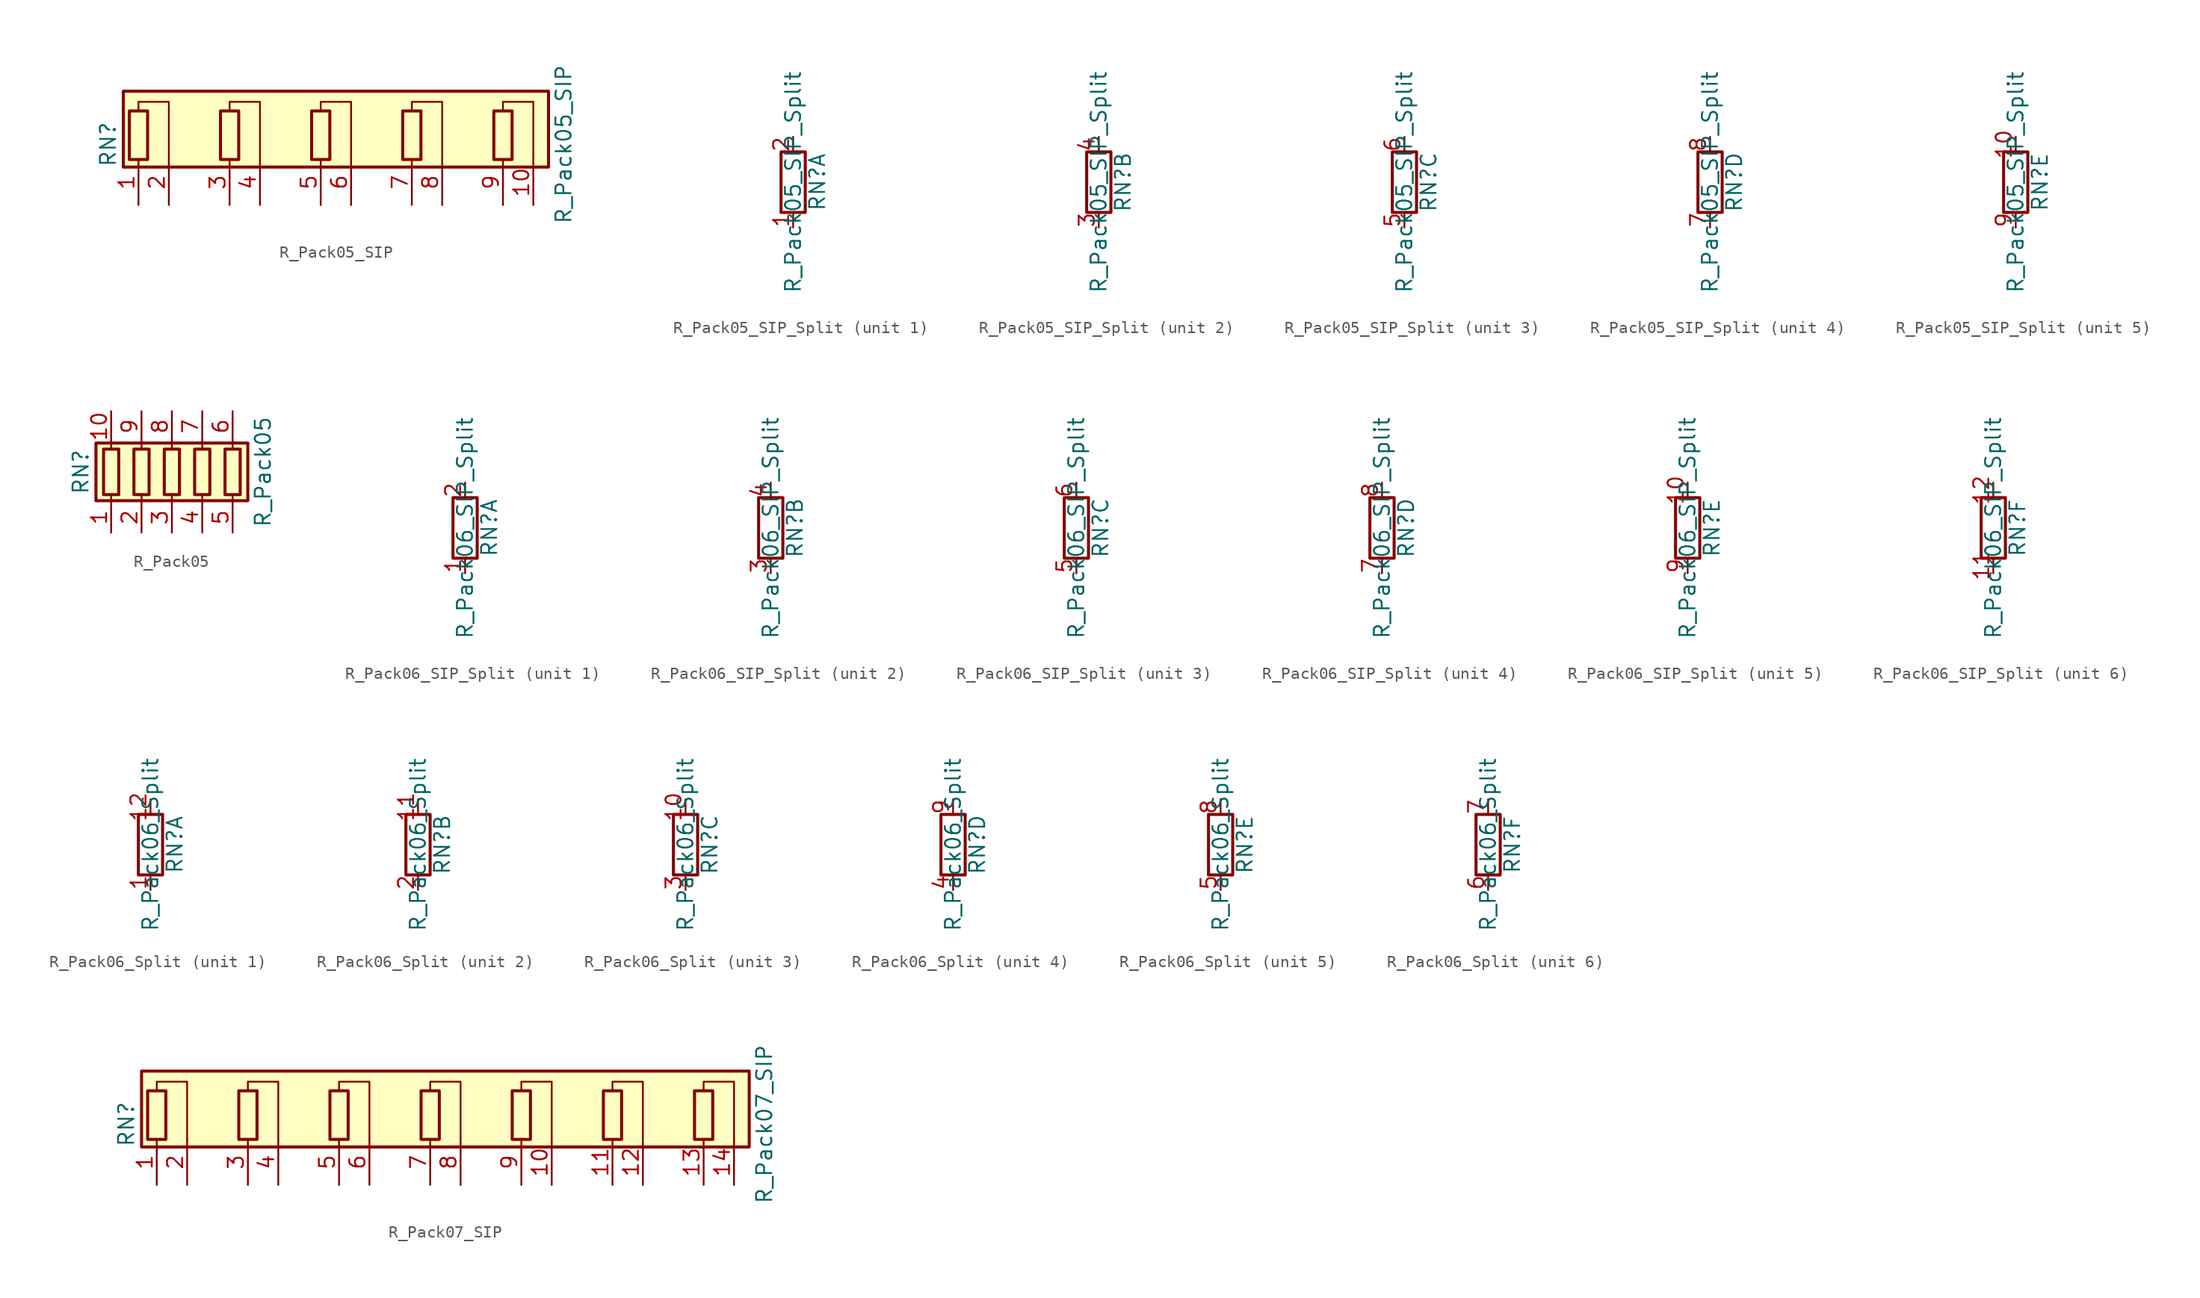
<source format=kicad_sym>
(kicad_symbol_lib
  (version 20211014)
  (generator kicad_symbol_editor)
  (symbol "R_Pack05_SIP"
    (pin_names
      (offset 0) hide)
    (property "Reference" "RN"
      (at -17.78 0 90)
      (effects (font (size 1.27 1.27))))
    (property "Value" "R_Pack05_SIP"
      (at 20.32 0 90)
      (effects (font (size 1.27 1.27))))
    (symbol "R_Pack05_SIP_0_1"
      (rectangle (start -16.51 -1.905) (end 19.05 4.445) (stroke (width 0.254) (type default) (color 0 0 0 0)) (fill (type background)))
      (rectangle (start -16.002 2.794) (end -14.478 -1.27) (stroke (width 0.254) (type default) (color 0 0 0 0)) (fill (type none)))
      (rectangle (start -8.382 2.794) (end -6.858 -1.27) (stroke (width 0.254) (type default) (color 0 0 0 0)) (fill (type none)))
      (rectangle (start -0.762 2.794) (end 0.762 -1.27) (stroke (width 0.254) (type default) (color 0 0 0 0)) (fill (type none)))
      (polyline (pts (xy -15.24 2.794) (xy -15.24 3.556) (xy -12.7 3.556) (xy -12.7 -1.27)) (stroke (width 0) (type default) (color 0 0 0 0)) (fill (type none)))
      (polyline (pts (xy -7.62 2.794) (xy -7.62 3.556) (xy -5.08 3.556) (xy -5.08 -1.27)) (stroke (width 0) (type default) (color 0 0 0 0)) (fill (type none)))
      (polyline (pts (xy 0 2.794) (xy 0 3.556) (xy 2.54 3.556) (xy 2.54 -1.27)) (stroke (width 0) (type default) (color 0 0 0 0)) (fill (type none)))
      (polyline (pts (xy 7.62 2.794) (xy 7.62 3.556) (xy 10.16 3.556) (xy 10.16 -1.27)) (stroke (width 0) (type default) (color 0 0 0 0)) (fill (type none)))
      (polyline (pts (xy 15.24 2.794) (xy 15.24 3.556) (xy 17.78 3.556) (xy 17.78 -1.27)) (stroke (width 0) (type default) (color 0 0 0 0)) (fill (type none)))
      (rectangle (start 6.858 2.794) (end 8.382 -1.27) (stroke (width 0.254) (type default) (color 0 0 0 0)) (fill (type none)))
      (rectangle (start 14.478 2.794) (end 16.002 -1.27) (stroke (width 0.254) (type default) (color 0 0 0 0)) (fill (type none))))
    (symbol "R_Pack05_SIP_1_1"
      (pin passive line (at -15.24 -5.08 90) (length 3.81) (name "R1.1" (effects (font (size 1.27 1.27)))) (number "1" (effects (font (size 1.27 1.27)))))
      (pin passive line (at 17.78 -5.08 90) (length 3.81) (name "R5.2" (effects (font (size 1.27 1.27)))) (number "10" (effects (font (size 1.27 1.27)))))
      (pin passive line (at -12.7 -5.08 90) (length 3.81) (name "R1.2" (effects (font (size 1.27 1.27)))) (number "2" (effects (font (size 1.27 1.27)))))
      (pin passive line (at -7.62 -5.08 90) (length 3.81) (name "R2.1" (effects (font (size 1.27 1.27)))) (number "3" (effects (font (size 1.27 1.27)))))
      (pin passive line (at -5.08 -5.08 90) (length 3.81) (name "R2.2" (effects (font (size 1.27 1.27)))) (number "4" (effects (font (size 1.27 1.27)))))
      (pin passive line (at 0 -5.08 90) (length 3.81) (name "R3.1" (effects (font (size 1.27 1.27)))) (number "5" (effects (font (size 1.27 1.27)))))
      (pin passive line (at 2.54 -5.08 90) (length 3.81) (name "R3.2" (effects (font (size 1.27 1.27)))) (number "6" (effects (font (size 1.27 1.27)))))
      (pin passive line (at 7.62 -5.08 90) (length 3.81) (name "R4.1" (effects (font (size 1.27 1.27)))) (number "7" (effects (font (size 1.27 1.27)))))
      (pin passive line (at 10.16 -5.08 90) (length 3.81) (name "R4.2" (effects (font (size 1.27 1.27)))) (number "8" (effects (font (size 1.27 1.27)))))
      (pin passive line (at 15.24 -5.08 90) (length 3.81) (name "R5.1" (effects (font (size 1.27 1.27)))) (number "9" (effects (font (size 1.27 1.27)))))))
  (symbol "R_Pack05_SIP_Split"
    (pin_names
      (offset 0) hide)
    (property "Reference" "RN"
      (at 2.032 0 90)
      (effects (font (size 1.27 1.27))))
    (property "Value" "R_Pack05_SIP_Split"
      (at 0 0 90)
      (effects (font (size 1.27 1.27))))
    (symbol "R_Pack05_SIP_Split_0_1"
      (rectangle (start 1.016 2.54) (end -1.016 -2.54) (stroke (width 0.254) (type default) (color 0 0 0 0)) (fill (type none))))
    (symbol "R_Pack05_SIP_Split_1_1"
      (pin passive line (at 0 -3.81 90) (length 1.27) (name "R1.1" (effects (font (size 1.27 1.27)))) (number "1" (effects (font (size 1.27 1.27)))))
      (pin passive line (at 0 3.81 270) (length 1.27) (name "R1.2" (effects (font (size 1.27 1.27)))) (number "2" (effects (font (size 1.27 1.27))))))
    (symbol "R_Pack05_SIP_Split_2_1"
      (pin passive line (at 0 -3.81 90) (length 1.27) (name "R2.1" (effects (font (size 1.27 1.27)))) (number "3" (effects (font (size 1.27 1.27)))))
      (pin passive line (at 0 3.81 270) (length 1.27) (name "R2.2" (effects (font (size 1.27 1.27)))) (number "4" (effects (font (size 1.27 1.27))))))
    (symbol "R_Pack05_SIP_Split_3_1"
      (pin passive line (at 0 -3.81 90) (length 1.27) (name "R3.1" (effects (font (size 1.27 1.27)))) (number "5" (effects (font (size 1.27 1.27)))))
      (pin passive line (at 0 3.81 270) (length 1.27) (name "R3.2" (effects (font (size 1.27 1.27)))) (number "6" (effects (font (size 1.27 1.27))))))
    (symbol "R_Pack05_SIP_Split_4_1"
      (pin passive line (at 0 -3.81 90) (length 1.27) (name "R4.1" (effects (font (size 1.27 1.27)))) (number "7" (effects (font (size 1.27 1.27)))))
      (pin passive line (at 0 3.81 270) (length 1.27) (name "R4.2" (effects (font (size 1.27 1.27)))) (number "8" (effects (font (size 1.27 1.27))))))
    (symbol "R_Pack05_SIP_Split_5_1"
      (pin passive line (at 0 3.81 270) (length 1.27) (name "R5.2" (effects (font (size 1.27 1.27)))) (number "10" (effects (font (size 1.27 1.27)))))
      (pin passive line (at 0 -3.81 90) (length 1.27) (name "R5.1" (effects (font (size 1.27 1.27)))) (number "9" (effects (font (size 1.27 1.27)))))))
  (symbol "R_Pack05"
    (pin_names
      (offset 0) hide)
    (property "Reference" "RN"
      (at -7.62 0 90)
      (effects (font (size 1.27 1.27))))
    (property "Value" "R_Pack05"
      (at 7.62 0 90)
      (effects (font (size 1.27 1.27))))
    (symbol "R_Pack05_0_1"
      (rectangle (start -6.35 -2.413) (end 6.35 2.413) (stroke (width 0.254) (type default) (color 0 0 0 0)) (fill (type background)))
      (rectangle (start -5.715 1.905) (end -4.445 -1.905) (stroke (width 0.254) (type default) (color 0 0 0 0)) (fill (type none)))
      (rectangle (start -3.175 1.905) (end -1.905 -1.905) (stroke (width 0.254) (type default) (color 0 0 0 0)) (fill (type none)))
      (rectangle (start -0.635 1.905) (end 0.635 -1.905) (stroke (width 0.254) (type default) (color 0 0 0 0)) (fill (type none)))
      (polyline (pts (xy -5.08 -2.54) (xy -5.08 -1.905)) (stroke (width 0) (type default) (color 0 0 0 0)) (fill (type none)))
      (polyline (pts (xy -5.08 1.905) (xy -5.08 2.54)) (stroke (width 0) (type default) (color 0 0 0 0)) (fill (type none)))
      (polyline (pts (xy -2.54 -2.54) (xy -2.54 -1.905)) (stroke (width 0) (type default) (color 0 0 0 0)) (fill (type none)))
      (polyline (pts (xy -2.54 1.905) (xy -2.54 2.54)) (stroke (width 0) (type default) (color 0 0 0 0)) (fill (type none)))
      (polyline (pts (xy 0 -2.54) (xy 0 -1.905)) (stroke (width 0) (type default) (color 0 0 0 0)) (fill (type none)))
      (polyline (pts (xy 0 1.905) (xy 0 2.54)) (stroke (width 0) (type default) (color 0 0 0 0)) (fill (type none)))
      (polyline (pts (xy 2.54 -2.54) (xy 2.54 -1.905)) (stroke (width 0) (type default) (color 0 0 0 0)) (fill (type none)))
      (polyline (pts (xy 2.54 1.905) (xy 2.54 2.54)) (stroke (width 0) (type default) (color 0 0 0 0)) (fill (type none)))
      (polyline (pts (xy 5.08 -2.54) (xy 5.08 -1.905)) (stroke (width 0) (type default) (color 0 0 0 0)) (fill (type none)))
      (polyline (pts (xy 5.08 1.905) (xy 5.08 2.54)) (stroke (width 0) (type default) (color 0 0 0 0)) (fill (type none)))
      (rectangle (start 1.905 1.905) (end 3.175 -1.905) (stroke (width 0.254) (type default) (color 0 0 0 0)) (fill (type none)))
      (rectangle (start 4.445 1.905) (end 5.715 -1.905) (stroke (width 0.254) (type default) (color 0 0 0 0)) (fill (type none))))
    (symbol "R_Pack05_1_1"
      (pin passive line (at -5.08 -5.08 90) (length 2.54) (name "R1.1" (effects (font (size 1.27 1.27)))) (number "1" (effects (font (size 1.27 1.27)))))
      (pin passive line (at -5.08 5.08 270) (length 2.54) (name "R1.2" (effects (font (size 1.27 1.27)))) (number "10" (effects (font (size 1.27 1.27)))))
      (pin passive line (at -2.54 -5.08 90) (length 2.54) (name "R2.1" (effects (font (size 1.27 1.27)))) (number "2" (effects (font (size 1.27 1.27)))))
      (pin passive line (at 0 -5.08 90) (length 2.54) (name "R3.1" (effects (font (size 1.27 1.27)))) (number "3" (effects (font (size 1.27 1.27)))))
      (pin passive line (at 2.54 -5.08 90) (length 2.54) (name "R4.1" (effects (font (size 1.27 1.27)))) (number "4" (effects (font (size 1.27 1.27)))))
      (pin passive line (at 5.08 -5.08 90) (length 2.54) (name "R5.1" (effects (font (size 1.27 1.27)))) (number "5" (effects (font (size 1.27 1.27)))))
      (pin passive line (at 5.08 5.08 270) (length 2.54) (name "R5.2" (effects (font (size 1.27 1.27)))) (number "6" (effects (font (size 1.27 1.27)))))
      (pin passive line (at 2.54 5.08 270) (length 2.54) (name "R4.2" (effects (font (size 1.27 1.27)))) (number "7" (effects (font (size 1.27 1.27)))))
      (pin passive line (at 0 5.08 270) (length 2.54) (name "R3.2" (effects (font (size 1.27 1.27)))) (number "8" (effects (font (size 1.27 1.27)))))
      (pin passive line (at -2.54 5.08 270) (length 2.54) (name "R2.2" (effects (font (size 1.27 1.27)))) (number "9" (effects (font (size 1.27 1.27)))))))
  (symbol "R_Pack06_SIP_Split"
    (pin_names
      (offset 0) hide)
    (property "Reference" "RN"
      (at 2.032 0 90)
      (effects (font (size 1.27 1.27))))
    (property "Value" "R_Pack06_SIP_Split"
      (at 0 0 90)
      (effects (font (size 1.27 1.27))))
    (symbol "R_Pack06_SIP_Split_0_1"
      (rectangle (start 1.016 2.54) (end -1.016 -2.54) (stroke (width 0.254) (type default) (color 0 0 0 0)) (fill (type none))))
    (symbol "R_Pack06_SIP_Split_1_1"
      (pin passive line (at 0 -3.81 90) (length 1.27) (name "R1.1" (effects (font (size 1.27 1.27)))) (number "1" (effects (font (size 1.27 1.27)))))
      (pin passive line (at 0 3.81 270) (length 1.27) (name "R1.2" (effects (font (size 1.27 1.27)))) (number "2" (effects (font (size 1.27 1.27))))))
    (symbol "R_Pack06_SIP_Split_2_1"
      (pin passive line (at 0 -3.81 90) (length 1.27) (name "R2.1" (effects (font (size 1.27 1.27)))) (number "3" (effects (font (size 1.27 1.27)))))
      (pin passive line (at 0 3.81 270) (length 1.27) (name "R2.2" (effects (font (size 1.27 1.27)))) (number "4" (effects (font (size 1.27 1.27))))))
    (symbol "R_Pack06_SIP_Split_3_1"
      (pin passive line (at 0 -3.81 90) (length 1.27) (name "R3.1" (effects (font (size 1.27 1.27)))) (number "5" (effects (font (size 1.27 1.27)))))
      (pin passive line (at 0 3.81 270) (length 1.27) (name "R3.2" (effects (font (size 1.27 1.27)))) (number "6" (effects (font (size 1.27 1.27))))))
    (symbol "R_Pack06_SIP_Split_4_1"
      (pin passive line (at 0 -3.81 90) (length 1.27) (name "R4.1" (effects (font (size 1.27 1.27)))) (number "7" (effects (font (size 1.27 1.27)))))
      (pin passive line (at 0 3.81 270) (length 1.27) (name "R4.2" (effects (font (size 1.27 1.27)))) (number "8" (effects (font (size 1.27 1.27))))))
    (symbol "R_Pack06_SIP_Split_5_1"
      (pin passive line (at 0 3.81 270) (length 1.27) (name "R5.2" (effects (font (size 1.27 1.27)))) (number "10" (effects (font (size 1.27 1.27)))))
      (pin passive line (at 0 -3.81 90) (length 1.27) (name "R5.1" (effects (font (size 1.27 1.27)))) (number "9" (effects (font (size 1.27 1.27))))))
    (symbol "R_Pack06_SIP_Split_6_1"
      (pin passive line (at 0 -3.81 90) (length 1.27) (name "R6.1" (effects (font (size 1.27 1.27)))) (number "11" (effects (font (size 1.27 1.27)))))
      (pin passive line (at 0 3.81 270) (length 1.27) (name "R6.2" (effects (font (size 1.27 1.27)))) (number "12" (effects (font (size 1.27 1.27)))))))
  (symbol "R_Pack06_Split"
    (pin_names
      (offset 0) hide)
    (property "Reference" "RN"
      (at 2.032 0 90)
      (effects (font (size 1.27 1.27))))
    (property "Value" "R_Pack06_Split"
      (at 0 0 90)
      (effects (font (size 1.27 1.27))))
    (symbol "R_Pack06_Split_0_1"
      (rectangle (start 1.016 2.54) (end -1.016 -2.54) (stroke (width 0.254) (type default) (color 0 0 0 0)) (fill (type none))))
    (symbol "R_Pack06_Split_1_1"
      (pin passive line (at 0 -3.81 90) (length 1.27) (name "R1.1" (effects (font (size 1.27 1.27)))) (number "1" (effects (font (size 1.27 1.27)))))
      (pin passive line (at 0 3.81 270) (length 1.27) (name "R1.2" (effects (font (size 1.27 1.27)))) (number "12" (effects (font (size 1.27 1.27))))))
    (symbol "R_Pack06_Split_2_1"
      (pin passive line (at 0 3.81 270) (length 1.27) (name "R2.2" (effects (font (size 1.27 1.27)))) (number "11" (effects (font (size 1.27 1.27)))))
      (pin passive line (at 0 -3.81 90) (length 1.27) (name "R2.1" (effects (font (size 1.27 1.27)))) (number "2" (effects (font (size 1.27 1.27))))))
    (symbol "R_Pack06_Split_3_1"
      (pin passive line (at 0 3.81 270) (length 1.27) (name "R3.2" (effects (font (size 1.27 1.27)))) (number "10" (effects (font (size 1.27 1.27)))))
      (pin passive line (at 0 -3.81 90) (length 1.27) (name "R3.1" (effects (font (size 1.27 1.27)))) (number "3" (effects (font (size 1.27 1.27))))))
    (symbol "R_Pack06_Split_4_1"
      (pin passive line (at 0 -3.81 90) (length 1.27) (name "R4.1" (effects (font (size 1.27 1.27)))) (number "4" (effects (font (size 1.27 1.27)))))
      (pin passive line (at 0 3.81 270) (length 1.27) (name "R4.2" (effects (font (size 1.27 1.27)))) (number "9" (effects (font (size 1.27 1.27))))))
    (symbol "R_Pack06_Split_5_1"
      (pin passive line (at 0 -3.81 90) (length 1.27) (name "R5.1" (effects (font (size 1.27 1.27)))) (number "5" (effects (font (size 1.27 1.27)))))
      (pin passive line (at 0 3.81 270) (length 1.27) (name "R5.2" (effects (font (size 1.27 1.27)))) (number "8" (effects (font (size 1.27 1.27))))))
    (symbol "R_Pack06_Split_6_1"
      (pin passive line (at 0 -3.81 90) (length 1.27) (name "R6.1" (effects (font (size 1.27 1.27)))) (number "6" (effects (font (size 1.27 1.27)))))
      (pin passive line (at 0 3.81 270) (length 1.27) (name "R6.2" (effects (font (size 1.27 1.27)))) (number "7" (effects (font (size 1.27 1.27)))))))
  (symbol "R_Pack07_SIP"
    (pin_names
      (offset 0) hide)
    (property "Reference" "RN"
      (at -25.4 0 90)
      (effects (font (size 1.27 1.27))))
    (property "Value" "R_Pack07_SIP"
      (at 27.94 0 90)
      (effects (font (size 1.27 1.27))))
    (symbol "R_Pack07_SIP_0_1"
      (rectangle (start -24.13 -1.905) (end 26.67 4.445) (stroke (width 0.254) (type default) (color 0 0 0 0)) (fill (type background)))
      (rectangle (start -23.622 2.794) (end -22.098 -1.27) (stroke (width 0.254) (type default) (color 0 0 0 0)) (fill (type none)))
      (rectangle (start -16.002 2.794) (end -14.478 -1.27) (stroke (width 0.254) (type default) (color 0 0 0 0)) (fill (type none)))
      (rectangle (start -8.382 2.794) (end -6.858 -1.27) (stroke (width 0.254) (type default) (color 0 0 0 0)) (fill (type none)))
      (rectangle (start -0.762 2.794) (end 0.762 -1.27) (stroke (width 0.254) (type default) (color 0 0 0 0)) (fill (type none)))
      (polyline (pts (xy -22.86 2.794) (xy -22.86 3.556) (xy -20.32 3.556) (xy -20.32 -1.27)) (stroke (width 0) (type default) (color 0 0 0 0)) (fill (type none)))
      (polyline (pts (xy -15.24 2.794) (xy -15.24 3.556) (xy -12.7 3.556) (xy -12.7 -1.27)) (stroke (width 0) (type default) (color 0 0 0 0)) (fill (type none)))
      (polyline (pts (xy -7.62 2.794) (xy -7.62 3.556) (xy -5.08 3.556) (xy -5.08 -1.27)) (stroke (width 0) (type default) (color 0 0 0 0)) (fill (type none)))
      (polyline (pts (xy 0 2.794) (xy 0 3.556) (xy 2.54 3.556) (xy 2.54 -1.27)) (stroke (width 0) (type default) (color 0 0 0 0)) (fill (type none)))
      (polyline (pts (xy 7.62 2.794) (xy 7.62 3.556) (xy 10.16 3.556) (xy 10.16 -1.27)) (stroke (width 0) (type default) (color 0 0 0 0)) (fill (type none)))
      (polyline (pts (xy 15.24 2.794) (xy 15.24 3.556) (xy 17.78 3.556) (xy 17.78 -1.27)) (stroke (width 0) (type default) (color 0 0 0 0)) (fill (type none)))
      (polyline (pts (xy 22.86 2.794) (xy 22.86 3.556) (xy 25.4 3.556) (xy 25.4 -1.27)) (stroke (width 0) (type default) (color 0 0 0 0)) (fill (type none)))
      (rectangle (start 6.858 2.794) (end 8.382 -1.27) (stroke (width 0.254) (type default) (color 0 0 0 0)) (fill (type none)))
      (rectangle (start 14.478 2.794) (end 16.002 -1.27) (stroke (width 0.254) (type default) (color 0 0 0 0)) (fill (type none)))
      (rectangle (start 22.098 2.794) (end 23.622 -1.27) (stroke (width 0.254) (type default) (color 0 0 0 0)) (fill (type none))))
    (symbol "R_Pack07_SIP_1_1"
      (pin passive line (at -22.86 -5.08 90) (length 3.81) (name "R1.1" (effects (font (size 1.27 1.27)))) (number "1" (effects (font (size 1.27 1.27)))))
      (pin passive line (at 10.16 -5.08 90) (length 3.81) (name "R5.2" (effects (font (size 1.27 1.27)))) (number "10" (effects (font (size 1.27 1.27)))))
      (pin passive line (at 15.24 -5.08 90) (length 3.81) (name "R6.1" (effects (font (size 1.27 1.27)))) (number "11" (effects (font (size 1.27 1.27)))))
      (pin passive line (at 17.78 -5.08 90) (length 3.81) (name "R6.2" (effects (font (size 1.27 1.27)))) (number "12" (effects (font (size 1.27 1.27)))))
      (pin passive line (at 22.86 -5.08 90) (length 3.81) (name "R7.1" (effects (font (size 1.27 1.27)))) (number "13" (effects (font (size 1.27 1.27)))))
      (pin passive line (at 25.4 -5.08 90) (length 3.81) (name "R7.2" (effects (font (size 1.27 1.27)))) (number "14" (effects (font (size 1.27 1.27)))))
      (pin passive line (at -20.32 -5.08 90) (length 3.81) (name "R1.2" (effects (font (size 1.27 1.27)))) (number "2" (effects (font (size 1.27 1.27)))))
      (pin passive line (at -15.24 -5.08 90) (length 3.81) (name "R2.1" (effects (font (size 1.27 1.27)))) (number "3" (effects (font (size 1.27 1.27)))))
      (pin passive line (at -12.7 -5.08 90) (length 3.81) (name "R2.2" (effects (font (size 1.27 1.27)))) (number "4" (effects (font (size 1.27 1.27)))))
      (pin passive line (at -7.62 -5.08 90) (length 3.81) (name "R3.1" (effects (font (size 1.27 1.27)))) (number "5" (effects (font (size 1.27 1.27)))))
      (pin passive line (at -5.08 -5.08 90) (length 3.81) (name "R3.2" (effects (font (size 1.27 1.27)))) (number "6" (effects (font (size 1.27 1.27)))))
      (pin passive line (at 0 -5.08 90) (length 3.81) (name "R4.1" (effects (font (size 1.27 1.27)))) (number "7" (effects (font (size 1.27 1.27)))))
      (pin passive line (at 2.54 -5.08 90) (length 3.81) (name "R4.2" (effects (font (size 1.27 1.27)))) (number "8" (effects (font (size 1.27 1.27)))))
      (pin passive line (at 7.62 -5.08 90) (length 3.81) (name "R5.1" (effects (font (size 1.27 1.27)))) (number "9" (effects (font (size 1.27 1.27))))))))
</source>
